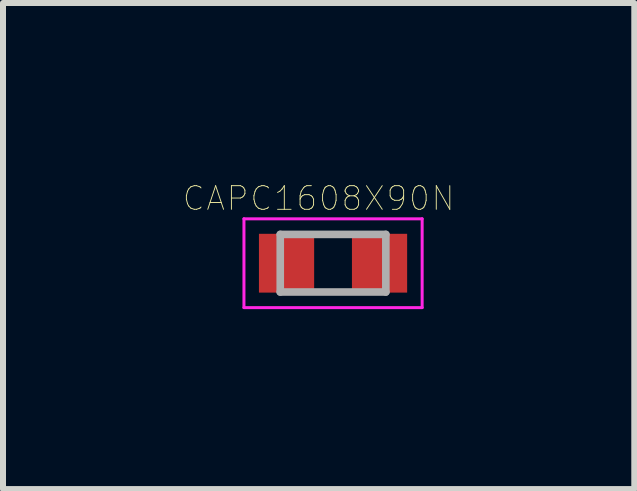
<source format=kicad_pcb>
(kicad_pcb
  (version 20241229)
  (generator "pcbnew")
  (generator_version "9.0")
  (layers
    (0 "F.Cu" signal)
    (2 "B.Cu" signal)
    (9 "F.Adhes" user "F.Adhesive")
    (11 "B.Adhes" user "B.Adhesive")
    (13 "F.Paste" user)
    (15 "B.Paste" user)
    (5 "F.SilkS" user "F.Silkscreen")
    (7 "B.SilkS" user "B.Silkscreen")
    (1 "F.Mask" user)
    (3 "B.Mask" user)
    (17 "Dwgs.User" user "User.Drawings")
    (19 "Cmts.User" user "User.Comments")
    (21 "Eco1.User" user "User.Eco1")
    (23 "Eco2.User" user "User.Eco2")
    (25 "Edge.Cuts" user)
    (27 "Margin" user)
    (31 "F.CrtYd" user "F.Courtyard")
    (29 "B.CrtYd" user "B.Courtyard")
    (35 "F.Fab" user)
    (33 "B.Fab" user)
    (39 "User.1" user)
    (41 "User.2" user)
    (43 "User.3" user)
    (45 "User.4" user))
  (footprint "CAPC1608X90N"
    (layer "F.Cu")
    (at 2.501 1.337)
    (property "Reference" "CAPC1608X90N" (at -0.24 -1.08 0) (layer "F.SilkS") (effects (font (size 0.394 0.394) (thickness 0.015))))
    (attr through_hole)
    (fp_line (start -1.485 -0.74) (end 1.485 -0.74) (stroke (width 0.05) (type solid)) (layer "F.CrtYd"))
    (fp_line (start -1.485 0.74) (end -1.485 -0.74) (stroke (width 0.05) (type solid)) (layer "F.CrtYd"))
    (fp_line (start -1.485 0.74) (end 1.485 0.74) (stroke (width 0.05) (type solid)) (layer "F.CrtYd"))
    (fp_line (start 1.485 0.74) (end 1.485 -0.74) (stroke (width 0.05) (type solid)) (layer "F.CrtYd"))
    (fp_line (start -0.88 0.48) (end -0.88 -0.48) (stroke (width 0.127) (type solid)) (layer "F.Fab"))
    (fp_line (start 0.88 -0.48) (end -0.88 -0.48) (stroke (width 0.127) (type solid)) (layer "F.Fab"))
    (fp_line (start 0.88 0.48) (end -0.88 0.48) (stroke (width 0.127) (type solid)) (layer "F.Fab"))
    (fp_line (start 0.88 0.48) (end 0.88 -0.48) (stroke (width 0.127) (type solid)) (layer "F.Fab"))
    (pad "1" smd rect (at -0.775 0) (size 0.92 0.98) (layers "F.Cu" "F.Mask" "F.Paste"))
    (pad "2" smd rect (at 0.775 0) (size 0.92 0.98) (layers "F.Cu" "F.Mask" "F.Paste")))
  (gr_rect
    (start -3 -3)
    (end 7.522 5.102)
    (stroke (width 0.1) (type default))
    (fill no)
    (layer "Edge.Cuts")))
</source>
